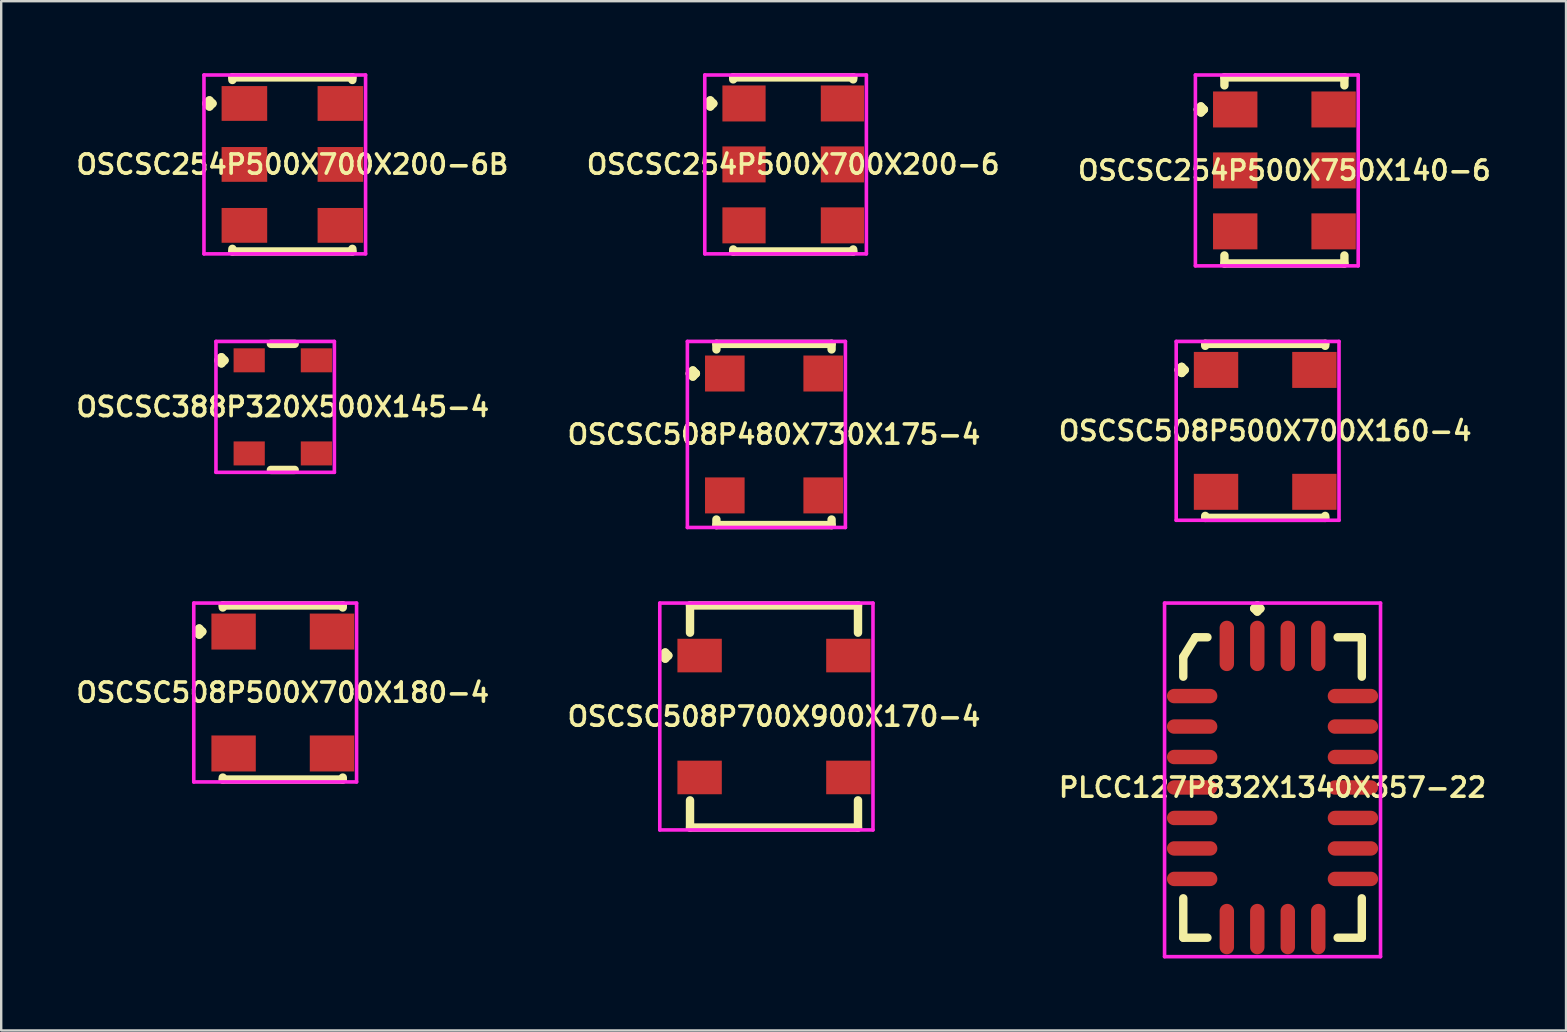
<source format=kicad_pcb>
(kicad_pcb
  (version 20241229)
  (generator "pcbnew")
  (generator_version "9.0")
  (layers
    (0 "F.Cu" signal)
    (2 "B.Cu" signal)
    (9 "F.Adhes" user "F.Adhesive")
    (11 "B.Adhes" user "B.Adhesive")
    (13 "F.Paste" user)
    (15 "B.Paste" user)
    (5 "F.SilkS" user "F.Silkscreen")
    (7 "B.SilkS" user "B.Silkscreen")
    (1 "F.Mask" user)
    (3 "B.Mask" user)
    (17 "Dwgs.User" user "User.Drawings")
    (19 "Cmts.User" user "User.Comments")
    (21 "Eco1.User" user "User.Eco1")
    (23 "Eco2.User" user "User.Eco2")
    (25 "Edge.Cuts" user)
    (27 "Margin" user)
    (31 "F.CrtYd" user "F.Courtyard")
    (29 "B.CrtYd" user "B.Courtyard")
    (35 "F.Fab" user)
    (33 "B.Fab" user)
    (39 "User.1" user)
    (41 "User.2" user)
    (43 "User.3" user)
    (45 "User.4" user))
  (footprint "OSCSC508P700X900X170-4"
    (layer "F.Cu")
    (at 29.206 26.81)
    (property "Reference" "OSCSC508P700X900X170-4" (at 0 0 0) (layer "F.SilkS") (effects (font (size 0.8 0.8) (thickness 0.15))))
    (attr smd)
    (fp_line (start -4.66 -2.54) (end -4.533 -2.667) (stroke (width 0.35) (type solid)) (layer "F.SilkS"))
    (fp_line (start -4.533 -2.667) (end -4.406 -2.54) (stroke (width 0.35) (type solid)) (layer "F.SilkS"))
    (fp_line (start -4.533 -2.413) (end -4.66 -2.54) (stroke (width 0.35) (type solid)) (layer "F.SilkS"))
    (fp_line (start -4.406 -2.54) (end -4.533 -2.413) (stroke (width 0.35) (type solid)) (layer "F.SilkS"))
    (fp_line (start -3.5 -4.627) (end 3.5 -4.627) (stroke (width 0.35) (type solid)) (layer "F.SilkS"))
    (fp_line (start -3.5 -3.494) (end -3.5 -4.627) (stroke (width 0.35) (type solid)) (layer "F.SilkS"))
    (fp_line (start -3.5 3.494) (end -3.5 4.627) (stroke (width 0.35) (type solid)) (layer "F.SilkS"))
    (fp_line (start -3.5 4.627) (end 3.5 4.627) (stroke (width 0.35) (type solid)) (layer "F.SilkS"))
    (fp_line (start 3.5 -4.627) (end 3.5 -3.494) (stroke (width 0.35) (type solid)) (layer "F.SilkS"))
    (fp_line (start 3.5 4.627) (end 3.5 3.494) (stroke (width 0.35) (type solid)) (layer "F.SilkS"))
    (fp_line (start -4.76 -4.727) (end 4.125 -4.727) (stroke (width 0.15) (type solid)) (layer "F.CrtYd"))
    (fp_line (start -4.76 4.727) (end -4.76 -4.727) (stroke (width 0.15) (type solid)) (layer "F.CrtYd"))
    (fp_line (start 4.125 -4.727) (end 4.125 4.727) (stroke (width 0.15) (type solid)) (layer "F.CrtYd"))
    (fp_line (start 4.125 4.727) (end -4.76 4.727) (stroke (width 0.15) (type solid)) (layer "F.CrtYd"))
    (pad "1" smd rect (at -3.1 -2.54) (size 1.85 1.4) (layers "F.Cu" "F.Mask" "F.Paste"))
    (pad "2" smd rect (at -3.1 2.54) (size 1.85 1.4) (layers "F.Cu" "F.Mask" "F.Paste"))
    (pad "3" smd rect (at 3.1 2.54) (size 1.85 1.4) (layers "F.Cu" "F.Mask" "F.Paste"))
    (pad "4" smd rect (at 3.1 -2.54) (size 1.85 1.4) (layers "F.Cu" "F.Mask" "F.Paste")))
  (footprint "OSCSC508P500X700X160-4"
    (layer "F.Cu")
    (at 49.677 14.906)
    (property "Reference" "OSCSC508P500X700X160-4" (at 0 0 0) (layer "F.SilkS") (effects (font (size 0.8 0.8) (thickness 0.15))))
    (attr smd)
    (fp_line (start -3.61 -2.54) (end -3.483 -2.667) (stroke (width 0.35) (type solid)) (layer "F.SilkS"))
    (fp_line (start -3.483 -2.667) (end -3.356 -2.54) (stroke (width 0.35) (type solid)) (layer "F.SilkS"))
    (fp_line (start -3.483 -2.413) (end -3.61 -2.54) (stroke (width 0.35) (type solid)) (layer "F.SilkS"))
    (fp_line (start -3.356 -2.54) (end -3.483 -2.413) (stroke (width 0.35) (type solid)) (layer "F.SilkS"))
    (fp_line (start -2.5 -3.627) (end 2.5 -3.627) (stroke (width 0.35) (type solid)) (layer "F.SilkS"))
    (fp_line (start -2.5 -3.544) (end -2.5 -3.627) (stroke (width 0.35) (type solid)) (layer "F.SilkS"))
    (fp_line (start -2.5 3.544) (end -2.5 3.627) (stroke (width 0.35) (type solid)) (layer "F.SilkS"))
    (fp_line (start -2.5 3.627) (end 2.5 3.627) (stroke (width 0.35) (type solid)) (layer "F.SilkS"))
    (fp_line (start 2.5 -3.627) (end 2.5 -3.544) (stroke (width 0.35) (type solid)) (layer "F.SilkS"))
    (fp_line (start 2.5 3.627) (end 2.5 3.544) (stroke (width 0.35) (type solid)) (layer "F.SilkS"))
    (fp_line (start -3.71 -3.727) (end 3.075 -3.727) (stroke (width 0.15) (type solid)) (layer "F.CrtYd"))
    (fp_line (start -3.71 3.727) (end -3.71 -3.727) (stroke (width 0.15) (type solid)) (layer "F.CrtYd"))
    (fp_line (start 3.075 -3.727) (end 3.075 3.727) (stroke (width 0.15) (type solid)) (layer "F.CrtYd"))
    (fp_line (start 3.075 3.727) (end -3.71 3.727) (stroke (width 0.15) (type solid)) (layer "F.CrtYd"))
    (pad "1" smd rect (at -2.05 -2.54) (size 1.85 1.5) (layers "F.Cu" "F.Mask" "F.Paste"))
    (pad "2" smd rect (at -2.05 2.54) (size 1.85 1.5) (layers "F.Cu" "F.Mask" "F.Paste"))
    (pad "3" smd rect (at 2.05 2.54) (size 1.85 1.5) (layers "F.Cu" "F.Mask" "F.Paste"))
    (pad "4" smd rect (at 2.05 -2.54) (size 1.85 1.5) (layers "F.Cu" "F.Mask" "F.Paste")))
  (footprint "OSCSC254P500X700X200-6B"
    (layer "F.Cu")
    (at 9.135 3.802)
    (property "Reference" "OSCSC254P500X700X200-6B" (at 0 0 0) (layer "F.SilkS") (effects (font (size 0.8 0.8) (thickness 0.15))))
    (attr smd)
    (fp_line (start -3.585 -2.54) (end -3.458 -2.667) (stroke (width 0.35) (type solid)) (layer "F.SilkS"))
    (fp_line (start -3.458 -2.667) (end -3.331 -2.54) (stroke (width 0.35) (type solid)) (layer "F.SilkS"))
    (fp_line (start -3.458 -2.413) (end -3.585 -2.54) (stroke (width 0.35) (type solid)) (layer "F.SilkS"))
    (fp_line (start -3.331 -2.54) (end -3.458 -2.413) (stroke (width 0.35) (type solid)) (layer "F.SilkS"))
    (fp_line (start -2.5 -3.627) (end 2.5 -3.627) (stroke (width 0.35) (type solid)) (layer "F.SilkS"))
    (fp_line (start -2.5 -3.519) (end -2.5 -3.627) (stroke (width 0.35) (type solid)) (layer "F.SilkS"))
    (fp_line (start -2.5 3.519) (end -2.5 3.627) (stroke (width 0.35) (type solid)) (layer "F.SilkS"))
    (fp_line (start -2.5 3.627) (end 2.5 3.627) (stroke (width 0.35) (type solid)) (layer "F.SilkS"))
    (fp_line (start 2.5 -3.627) (end 2.5 -3.519) (stroke (width 0.35) (type solid)) (layer "F.SilkS"))
    (fp_line (start 2.5 3.627) (end 2.5 3.519) (stroke (width 0.35) (type solid)) (layer "F.SilkS"))
    (fp_line (start -3.685 -3.727) (end 3.05 -3.727) (stroke (width 0.15) (type solid)) (layer "F.CrtYd"))
    (fp_line (start -3.685 3.727) (end -3.685 -3.727) (stroke (width 0.15) (type solid)) (layer "F.CrtYd"))
    (fp_line (start 3.05 -3.727) (end 3.05 3.727) (stroke (width 0.15) (type solid)) (layer "F.CrtYd"))
    (fp_line (start 3.05 3.727) (end -3.685 3.727) (stroke (width 0.15) (type solid)) (layer "F.CrtYd"))
    (pad "1" smd rect (at -2 -2.54) (size 1.9 1.45) (layers "F.Cu" "F.Mask" "F.Paste"))
    (pad "2" smd rect (at -2 0) (size 1.9 1.45) (layers "F.Cu" "F.Mask" "F.Paste"))
    (pad "3" smd rect (at -2 2.54) (size 1.9 1.45) (layers "F.Cu" "F.Mask" "F.Paste"))
    (pad "4" smd rect (at 2 2.54) (size 1.9 1.45) (layers "F.Cu" "F.Mask" "F.Paste"))
    (pad "5" smd rect (at 2 0) (size 1.9 1.45) (layers "F.Cu" "F.Mask" "F.Paste"))
    (pad "6" smd rect (at 2 -2.54) (size 1.9 1.45) (layers "F.Cu" "F.Mask" "F.Paste")))
  (footprint "OSCSC254P500X700X200-6"
    (layer "F.Cu")
    (at 30.006 3.802)
    (property "Reference" "OSCSC254P500X700X200-6" (at 0 0 0) (layer "F.SilkS") (effects (font (size 0.8 0.8) (thickness 0.15))))
    (attr smd)
    (fp_line (start -3.585 -2.54) (end -3.458 -2.667) (stroke (width 0.35) (type solid)) (layer "F.SilkS"))
    (fp_line (start -3.458 -2.667) (end -3.331 -2.54) (stroke (width 0.35) (type solid)) (layer "F.SilkS"))
    (fp_line (start -3.458 -2.413) (end -3.585 -2.54) (stroke (width 0.35) (type solid)) (layer "F.SilkS"))
    (fp_line (start -3.331 -2.54) (end -3.458 -2.413) (stroke (width 0.35) (type solid)) (layer "F.SilkS"))
    (fp_line (start -2.5 -3.627) (end 2.5 -3.627) (stroke (width 0.35) (type solid)) (layer "F.SilkS"))
    (fp_line (start -2.5 -3.544) (end -2.5 -3.627) (stroke (width 0.35) (type solid)) (layer "F.SilkS"))
    (fp_line (start -2.5 3.544) (end -2.5 3.627) (stroke (width 0.35) (type solid)) (layer "F.SilkS"))
    (fp_line (start -2.5 3.627) (end 2.5 3.627) (stroke (width 0.35) (type solid)) (layer "F.SilkS"))
    (fp_line (start 2.5 -3.627) (end 2.5 -3.544) (stroke (width 0.35) (type solid)) (layer "F.SilkS"))
    (fp_line (start 2.5 3.627) (end 2.5 3.544) (stroke (width 0.35) (type solid)) (layer "F.SilkS"))
    (fp_line (start -3.685 -3.727) (end 3.05 -3.727) (stroke (width 0.15) (type solid)) (layer "F.CrtYd"))
    (fp_line (start -3.685 3.727) (end -3.685 -3.727) (stroke (width 0.15) (type solid)) (layer "F.CrtYd"))
    (fp_line (start 3.05 -3.727) (end 3.05 3.727) (stroke (width 0.15) (type solid)) (layer "F.CrtYd"))
    (fp_line (start 3.05 3.727) (end -3.685 3.727) (stroke (width 0.15) (type solid)) (layer "F.CrtYd"))
    (pad "1" smd rect (at -2.05 -2.54) (size 1.8 1.5) (layers "F.Cu" "F.Mask" "F.Paste"))
    (pad "2" smd rect (at -2.05 0) (size 1.8 1.5) (layers "F.Cu" "F.Mask" "F.Paste"))
    (pad "3" smd rect (at -2.05 2.54) (size 1.8 1.5) (layers "F.Cu" "F.Mask" "F.Paste"))
    (pad "4" smd rect (at 2.05 2.54) (size 1.8 1.5) (layers "F.Cu" "F.Mask" "F.Paste"))
    (pad "5" smd rect (at 2.05 0) (size 1.8 1.5) (layers "F.Cu" "F.Mask" "F.Paste"))
    (pad "6" smd rect (at 2.05 -2.54) (size 1.8 1.5) (layers "F.Cu" "F.Mask" "F.Paste")))
  (footprint "OSCSC388P320X500X145-4"
    (layer "F.Cu")
    (at 8.735 13.906)
    (property "Reference" "OSCSC388P320X500X145-4" (at 0 0 0) (layer "F.SilkS") (effects (font (size 0.8 0.8) (thickness 0.15))))
    (attr smd)
    (fp_line (start -2.685 -1.94) (end -2.558 -2.067) (stroke (width 0.35) (type solid)) (layer "F.SilkS"))
    (fp_line (start -2.558 -2.067) (end -2.431 -1.94) (stroke (width 0.35) (type solid)) (layer "F.SilkS"))
    (fp_line (start -2.558 -1.813) (end -2.685 -1.94) (stroke (width 0.35) (type solid)) (layer "F.SilkS"))
    (fp_line (start -2.431 -1.94) (end -2.558 -1.813) (stroke (width 0.35) (type solid)) (layer "F.SilkS"))
    (fp_line (start -0.496 -2.627) (end 0.496 -2.627) (stroke (width 0.35) (type solid)) (layer "F.SilkS"))
    (fp_line (start -0.496 2.627) (end 0.496 2.627) (stroke (width 0.35) (type solid)) (layer "F.SilkS"))
    (fp_line (start -2.785 -2.727) (end 2.15 -2.727) (stroke (width 0.15) (type solid)) (layer "F.CrtYd"))
    (fp_line (start -2.785 2.727) (end -2.785 -2.727) (stroke (width 0.15) (type solid)) (layer "F.CrtYd"))
    (fp_line (start 2.15 -2.727) (end 2.15 2.727) (stroke (width 0.15) (type solid)) (layer "F.CrtYd"))
    (fp_line (start 2.15 2.727) (end -2.785 2.727) (stroke (width 0.15) (type solid)) (layer "F.CrtYd"))
    (pad "1" smd rect (at -1.4 -1.94) (size 1.3 1) (layers "F.Cu" "F.Mask" "F.Paste"))
    (pad "2" smd rect (at -1.4 1.94) (size 1.3 1) (layers "F.Cu" "F.Mask" "F.Paste"))
    (pad "3" smd rect (at 1.4 1.94) (size 1.3 1) (layers "F.Cu" "F.Mask" "F.Paste"))
    (pad "4" smd rect (at 1.4 -1.94) (size 1.3 1) (layers "F.Cu" "F.Mask" "F.Paste")))
  (footprint "OSCSC508P480X730X175-4"
    (layer "F.Cu")
    (at 29.206 15.056)
    (property "Reference" "OSCSC508P480X730X175-4" (at 0 0 0) (layer "F.SilkS") (effects (font (size 0.8 0.8) (thickness 0.15))))
    (attr smd)
    (fp_line (start -3.51 -2.54) (end -3.383 -2.667) (stroke (width 0.35) (type solid)) (layer "F.SilkS"))
    (fp_line (start -3.383 -2.667) (end -3.256 -2.54) (stroke (width 0.35) (type solid)) (layer "F.SilkS"))
    (fp_line (start -3.383 -2.413) (end -3.51 -2.54) (stroke (width 0.35) (type solid)) (layer "F.SilkS"))
    (fp_line (start -3.256 -2.54) (end -3.383 -2.413) (stroke (width 0.35) (type solid)) (layer "F.SilkS"))
    (fp_line (start -2.4 -3.777) (end 2.4 -3.777) (stroke (width 0.35) (type solid)) (layer "F.SilkS"))
    (fp_line (start -2.4 -3.544) (end -2.4 -3.777) (stroke (width 0.35) (type solid)) (layer "F.SilkS"))
    (fp_line (start -2.4 3.544) (end -2.4 3.777) (stroke (width 0.35) (type solid)) (layer "F.SilkS"))
    (fp_line (start -2.4 3.777) (end 2.4 3.777) (stroke (width 0.35) (type solid)) (layer "F.SilkS"))
    (fp_line (start 2.4 -3.777) (end 2.4 -3.544) (stroke (width 0.35) (type solid)) (layer "F.SilkS"))
    (fp_line (start 2.4 3.777) (end 2.4 3.544) (stroke (width 0.35) (type solid)) (layer "F.SilkS"))
    (fp_line (start -3.61 -3.877) (end 2.975 -3.877) (stroke (width 0.15) (type solid)) (layer "F.CrtYd"))
    (fp_line (start -3.61 3.877) (end -3.61 -3.877) (stroke (width 0.15) (type solid)) (layer "F.CrtYd"))
    (fp_line (start 2.975 -3.877) (end 2.975 3.877) (stroke (width 0.15) (type solid)) (layer "F.CrtYd"))
    (fp_line (start 2.975 3.877) (end -3.61 3.877) (stroke (width 0.15) (type solid)) (layer "F.CrtYd"))
    (pad "1" smd rect (at -2.05 -2.54) (size 1.65 1.5) (layers "F.Cu" "F.Mask" "F.Paste"))
    (pad "2" smd rect (at -2.05 2.54) (size 1.65 1.5) (layers "F.Cu" "F.Mask" "F.Paste"))
    (pad "3" smd rect (at 2.05 2.54) (size 1.65 1.5) (layers "F.Cu" "F.Mask" "F.Paste"))
    (pad "4" smd rect (at 2.05 -2.54) (size 1.65 1.5) (layers "F.Cu" "F.Mask" "F.Paste")))
  (footprint "OSCSC254P500X750X140-6"
    (layer "F.Cu")
    (at 50.477 4.052)
    (property "Reference" "OSCSC254P500X750X140-6" (at 0 0 0) (layer "F.SilkS") (effects (font (size 0.8 0.8) (thickness 0.15))))
    (attr smd)
    (fp_line (start -3.61 -2.54) (end -3.483 -2.667) (stroke (width 0.35) (type solid)) (layer "F.SilkS"))
    (fp_line (start -3.483 -2.667) (end -3.356 -2.54) (stroke (width 0.35) (type solid)) (layer "F.SilkS"))
    (fp_line (start -3.483 -2.413) (end -3.61 -2.54) (stroke (width 0.35) (type solid)) (layer "F.SilkS"))
    (fp_line (start -3.356 -2.54) (end -3.483 -2.413) (stroke (width 0.35) (type solid)) (layer "F.SilkS"))
    (fp_line (start -2.5 -3.877) (end 2.5 -3.877) (stroke (width 0.35) (type solid)) (layer "F.SilkS"))
    (fp_line (start -2.5 -3.544) (end -2.5 -3.877) (stroke (width 0.35) (type solid)) (layer "F.SilkS"))
    (fp_line (start -2.5 3.544) (end -2.5 3.877) (stroke (width 0.35) (type solid)) (layer "F.SilkS"))
    (fp_line (start -2.5 3.877) (end 2.5 3.877) (stroke (width 0.35) (type solid)) (layer "F.SilkS"))
    (fp_line (start 2.5 -3.877) (end 2.5 -3.544) (stroke (width 0.35) (type solid)) (layer "F.SilkS"))
    (fp_line (start 2.5 3.877) (end 2.5 3.544) (stroke (width 0.35) (type solid)) (layer "F.SilkS"))
    (fp_line (start -3.71 -3.977) (end 3.075 -3.977) (stroke (width 0.15) (type solid)) (layer "F.CrtYd"))
    (fp_line (start -3.71 3.977) (end -3.71 -3.977) (stroke (width 0.15) (type solid)) (layer "F.CrtYd"))
    (fp_line (start 3.075 -3.977) (end 3.075 3.977) (stroke (width 0.15) (type solid)) (layer "F.CrtYd"))
    (fp_line (start 3.075 3.977) (end -3.71 3.977) (stroke (width 0.15) (type solid)) (layer "F.CrtYd"))
    (pad "1" smd rect (at -2.05 -2.54) (size 1.85 1.5) (layers "F.Cu" "F.Mask" "F.Paste"))
    (pad "2" smd rect (at -2.05 0) (size 1.85 1.5) (layers "F.Cu" "F.Mask" "F.Paste"))
    (pad "3" smd rect (at -2.05 2.54) (size 1.85 1.5) (layers "F.Cu" "F.Mask" "F.Paste"))
    (pad "4" smd rect (at 2.05 2.54) (size 1.85 1.5) (layers "F.Cu" "F.Mask" "F.Paste"))
    (pad "5" smd rect (at 2.05 0) (size 1.85 1.5) (layers "F.Cu" "F.Mask" "F.Paste"))
    (pad "6" smd rect (at 2.05 -2.54) (size 1.85 1.5) (layers "F.Cu" "F.Mask" "F.Paste")))
  (footprint "PLCC127P832X1340X357-22"
    (layer "F.Cu")
    (at 49.982 29.768)
    (property "Reference" "PLCC127P832X1340X357-22" (at 0 0 0) (layer "F.SilkS") (effects (font (size 0.8 0.8) (thickness 0.15))))
    (attr smd)
    (fp_line (start -3.72 -5.439) (end -3.216 -6.26) (stroke (width 0.35) (type solid)) (layer "F.SilkS"))
    (fp_line (start -3.72 -4.618) (end -3.72 -5.439) (stroke (width 0.35) (type solid)) (layer "F.SilkS"))
    (fp_line (start -3.72 4.618) (end -3.72 6.26) (stroke (width 0.35) (type solid)) (layer "F.SilkS"))
    (fp_line (start -3.72 6.26) (end -2.713 6.26) (stroke (width 0.35) (type solid)) (layer "F.SilkS"))
    (fp_line (start -3.216 -6.26) (end -2.713 -6.26) (stroke (width 0.35) (type solid)) (layer "F.SilkS"))
    (fp_line (start -0.762 -7.458) (end -0.635 -7.585) (stroke (width 0.35) (type solid)) (layer "F.SilkS"))
    (fp_line (start -0.635 -7.585) (end -0.508 -7.458) (stroke (width 0.35) (type solid)) (layer "F.SilkS"))
    (fp_line (start -0.635 -7.331) (end -0.762 -7.458) (stroke (width 0.35) (type solid)) (layer "F.SilkS"))
    (fp_line (start -0.508 -7.458) (end -0.635 -7.331) (stroke (width 0.35) (type solid)) (layer "F.SilkS"))
    (fp_line (start 3.72 -6.26) (end 2.713 -6.26) (stroke (width 0.35) (type solid)) (layer "F.SilkS"))
    (fp_line (start 3.72 -4.618) (end 3.72 -6.26) (stroke (width 0.35) (type solid)) (layer "F.SilkS"))
    (fp_line (start 3.72 4.618) (end 3.72 6.26) (stroke (width 0.35) (type solid)) (layer "F.SilkS"))
    (fp_line (start 3.72 6.26) (end 2.713 6.26) (stroke (width 0.35) (type solid)) (layer "F.SilkS"))
    (fp_line (start -4.5 -7.685) (end 4.5 -7.685) (stroke (width 0.15) (type solid)) (layer "F.CrtYd"))
    (fp_line (start -4.5 7.05) (end -4.5 -7.685) (stroke (width 0.15) (type solid)) (layer "F.CrtYd"))
    (fp_line (start 4.5 -7.685) (end 4.5 7.05) (stroke (width 0.15) (type solid)) (layer "F.CrtYd"))
    (fp_line (start 4.5 7.05) (end -4.5 7.05) (stroke (width 0.15) (type solid)) (layer "F.CrtYd"))
    (pad "1" smd oval (at -0.635 -5.9) (size 0.6 2.1) (layers "F.Cu" "F.Mask" "F.Paste"))
    (pad "2" smd oval (at -1.905 -5.9) (size 0.6 2.1) (layers "F.Cu" "F.Mask" "F.Paste"))
    (pad "3" smd oval (at -3.35 -3.81) (size 2.1 0.6) (layers "F.Cu" "F.Mask" "F.Paste"))
    (pad "4" smd oval (at -3.35 -2.54) (size 2.1 0.6) (layers "F.Cu" "F.Mask" "F.Paste"))
    (pad "5" smd oval (at -3.35 -1.27) (size 2.1 0.6) (layers "F.Cu" "F.Mask" "F.Paste"))
    (pad "6" smd oval (at -3.35 0) (size 2.1 0.6) (layers "F.Cu" "F.Mask" "F.Paste"))
    (pad "7" smd oval (at -3.35 1.27) (size 2.1 0.6) (layers "F.Cu" "F.Mask" "F.Paste"))
    (pad "8" smd oval (at -3.35 2.54) (size 2.1 0.6) (layers "F.Cu" "F.Mask" "F.Paste"))
    (pad "9" smd oval (at -3.35 3.81) (size 2.1 0.6) (layers "F.Cu" "F.Mask" "F.Paste"))
    (pad "10" smd oval (at -1.905 5.9) (size 0.6 2.1) (layers "F.Cu" "F.Mask" "F.Paste"))
    (pad "11" smd oval (at -0.635 5.9) (size 0.6 2.1) (layers "F.Cu" "F.Mask" "F.Paste"))
    (pad "12" smd oval (at 0.635 5.9) (size 0.6 2.1) (layers "F.Cu" "F.Mask" "F.Paste"))
    (pad "13" smd oval (at 1.905 5.9) (size 0.6 2.1) (layers "F.Cu" "F.Mask" "F.Paste"))
    (pad "14" smd oval (at 3.35 3.81) (size 2.1 0.6) (layers "F.Cu" "F.Mask" "F.Paste"))
    (pad "15" smd oval (at 3.35 2.54) (size 2.1 0.6) (layers "F.Cu" "F.Mask" "F.Paste"))
    (pad "16" smd oval (at 3.35 1.27) (size 2.1 0.6) (layers "F.Cu" "F.Mask" "F.Paste"))
    (pad "17" smd oval (at 3.35 0) (size 2.1 0.6) (layers "F.Cu" "F.Mask" "F.Paste"))
    (pad "18" smd oval (at 3.35 -1.27) (size 2.1 0.6) (layers "F.Cu" "F.Mask" "F.Paste"))
    (pad "19" smd oval (at 3.35 -2.54) (size 2.1 0.6) (layers "F.Cu" "F.Mask" "F.Paste"))
    (pad "20" smd oval (at 3.35 -3.81) (size 2.1 0.6) (layers "F.Cu" "F.Mask" "F.Paste"))
    (pad "21" smd oval (at 1.905 -5.9) (size 0.6 2.1) (layers "F.Cu" "F.Mask" "F.Paste"))
    (pad "22" smd oval (at 0.635 -5.9) (size 0.6 2.1) (layers "F.Cu" "F.Mask" "F.Paste")))
  (footprint "OSCSC508P500X700X180-4"
    (layer "F.Cu")
    (at 8.735 25.81)
    (property "Reference" "OSCSC508P500X700X180-4" (at 0 0 0) (layer "F.SilkS") (effects (font (size 0.8 0.8) (thickness 0.15))))
    (attr smd)
    (fp_line (start -3.61 -2.54) (end -3.483 -2.667) (stroke (width 0.35) (type solid)) (layer "F.SilkS"))
    (fp_line (start -3.483 -2.667) (end -3.356 -2.54) (stroke (width 0.35) (type solid)) (layer "F.SilkS"))
    (fp_line (start -3.483 -2.413) (end -3.61 -2.54) (stroke (width 0.35) (type solid)) (layer "F.SilkS"))
    (fp_line (start -3.356 -2.54) (end -3.483 -2.413) (stroke (width 0.35) (type solid)) (layer "F.SilkS"))
    (fp_line (start -2.5 -3.627) (end 2.5 -3.627) (stroke (width 0.35) (type solid)) (layer "F.SilkS"))
    (fp_line (start -2.5 -3.544) (end -2.5 -3.627) (stroke (width 0.35) (type solid)) (layer "F.SilkS"))
    (fp_line (start -2.5 3.544) (end -2.5 3.627) (stroke (width 0.35) (type solid)) (layer "F.SilkS"))
    (fp_line (start -2.5 3.627) (end 2.5 3.627) (stroke (width 0.35) (type solid)) (layer "F.SilkS"))
    (fp_line (start 2.5 -3.627) (end 2.5 -3.544) (stroke (width 0.35) (type solid)) (layer "F.SilkS"))
    (fp_line (start 2.5 3.627) (end 2.5 3.544) (stroke (width 0.35) (type solid)) (layer "F.SilkS"))
    (fp_line (start -3.71 -3.727) (end 3.075 -3.727) (stroke (width 0.15) (type solid)) (layer "F.CrtYd"))
    (fp_line (start -3.71 3.727) (end -3.71 -3.727) (stroke (width 0.15) (type solid)) (layer "F.CrtYd"))
    (fp_line (start 3.075 -3.727) (end 3.075 3.727) (stroke (width 0.15) (type solid)) (layer "F.CrtYd"))
    (fp_line (start 3.075 3.727) (end -3.71 3.727) (stroke (width 0.15) (type solid)) (layer "F.CrtYd"))
    (pad "1" smd rect (at -2.05 -2.54) (size 1.85 1.5) (layers "F.Cu" "F.Mask" "F.Paste"))
    (pad "2" smd rect (at -2.05 2.54) (size 1.85 1.5) (layers "F.Cu" "F.Mask" "F.Paste"))
    (pad "3" smd rect (at 2.05 2.54) (size 1.85 1.5) (layers "F.Cu" "F.Mask" "F.Paste"))
    (pad "4" smd rect (at 2.05 -2.54) (size 1.85 1.5) (layers "F.Cu" "F.Mask" "F.Paste")))
  (gr_rect
    (start -3 -3)
    (end 62.213 39.893)
    (stroke (width 0.1) (type default))
    (fill no)
    (layer "Edge.Cuts")))
</source>
